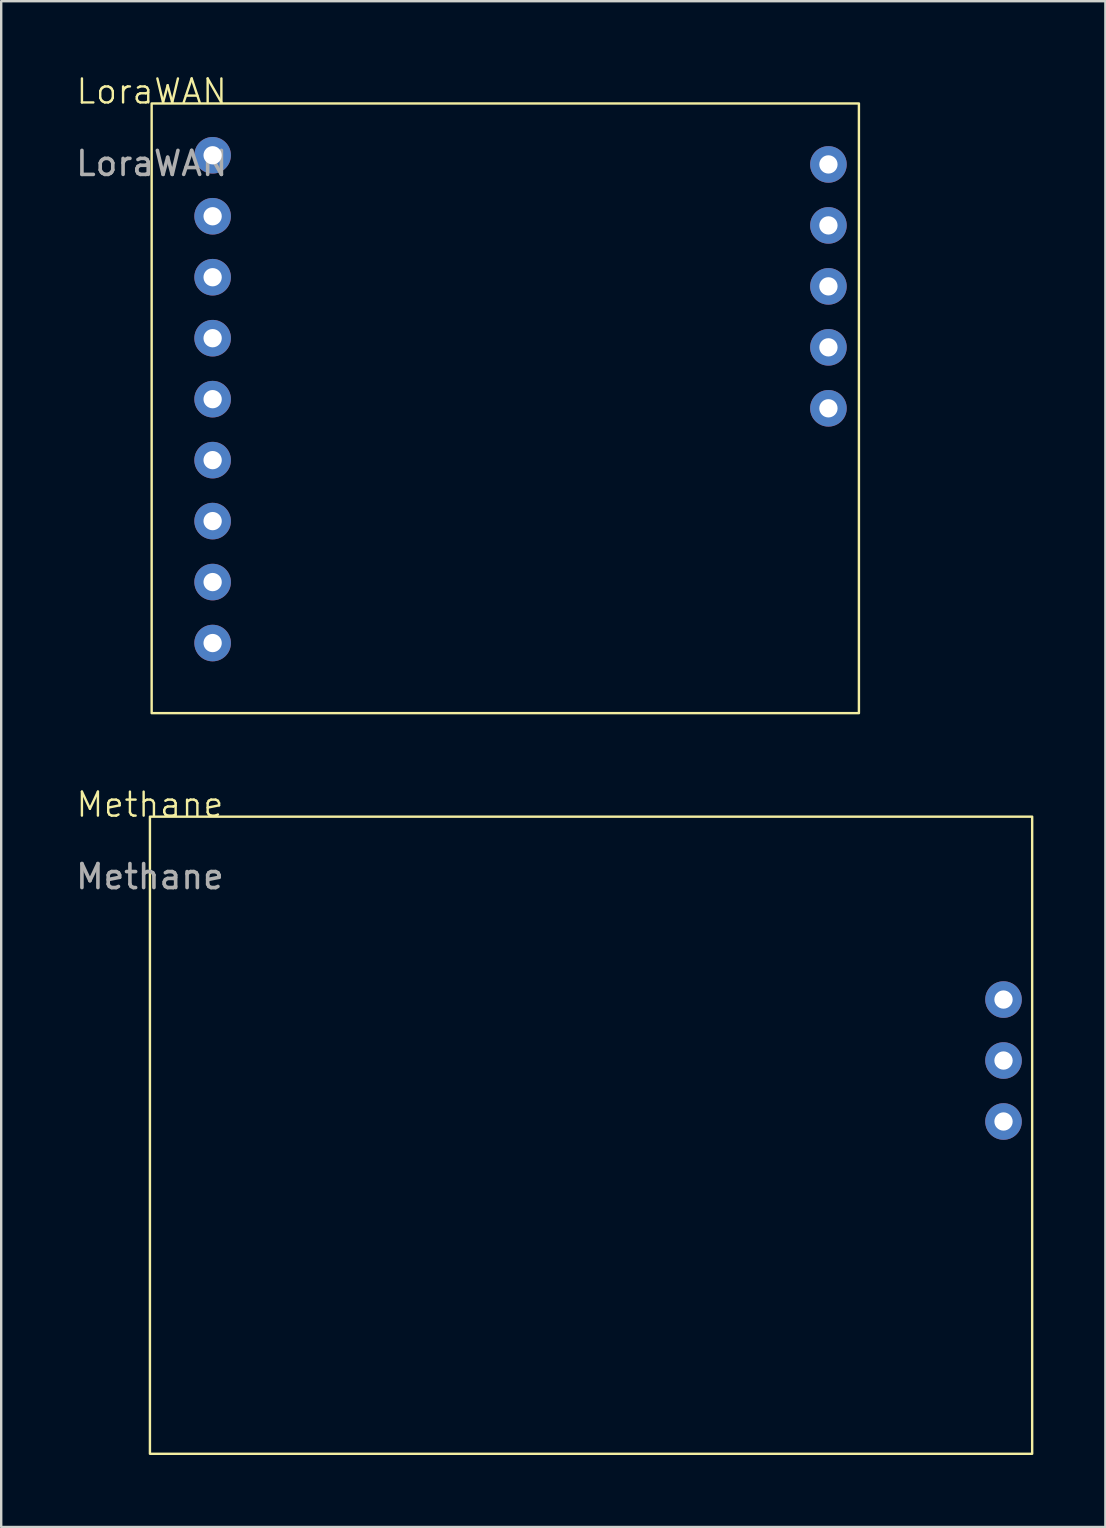
<source format=kicad_pcb>
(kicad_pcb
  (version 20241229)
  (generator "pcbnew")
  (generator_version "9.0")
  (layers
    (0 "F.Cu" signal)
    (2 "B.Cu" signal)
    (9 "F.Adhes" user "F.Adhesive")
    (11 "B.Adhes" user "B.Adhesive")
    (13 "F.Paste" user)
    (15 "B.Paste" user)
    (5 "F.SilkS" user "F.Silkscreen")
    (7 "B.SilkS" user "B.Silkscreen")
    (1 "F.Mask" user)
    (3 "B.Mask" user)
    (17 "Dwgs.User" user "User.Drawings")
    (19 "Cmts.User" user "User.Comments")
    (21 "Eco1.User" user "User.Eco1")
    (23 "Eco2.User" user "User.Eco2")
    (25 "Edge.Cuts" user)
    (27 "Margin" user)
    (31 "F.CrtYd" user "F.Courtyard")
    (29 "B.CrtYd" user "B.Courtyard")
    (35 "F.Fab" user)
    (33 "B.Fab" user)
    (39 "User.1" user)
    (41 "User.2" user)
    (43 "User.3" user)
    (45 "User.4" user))
  (footprint "LoraWAN"
    (layer "F.Cu")
    (at 3.268 1.26)
    (property "Reference" "LoraWAN" (at 0 -0.5 0) (unlocked yes) (layer "F.SilkS") (effects (font (size 1 1) (thickness 0.1))))
    (attr through_hole)
    (fp_rect (start 0 0) (end 29.464 25.4) (stroke (width 0.1) (type default)) (fill no) (layer "F.SilkS"))
    (fp_text user "${REFERENCE}" (at 0 2.5 0) (unlocked yes) (layer "F.Fab") (effects (font (size 1 1) (thickness 0.15))))
    (pad "1" thru_hole circle (at 2.54 2.159 270) (size 1.524 1.524) (drill 0.762) (layers "*.Cu" "*.Mask"))
    (pad "2" thru_hole circle (at 2.54 4.699 270) (size 1.524 1.524) (drill 0.762) (layers "*.Cu" "*.Mask"))
    (pad "3" thru_hole circle (at 2.54 7.239 270) (size 1.524 1.524) (drill 0.762) (layers "*.Cu" "*.Mask"))
    (pad "4" thru_hole circle (at 2.54 9.779 270) (size 1.524 1.524) (drill 0.762) (layers "*.Cu" "*.Mask"))
    (pad "5" thru_hole circle (at 2.54 12.319 270) (size 1.524 1.524) (drill 0.762) (layers "*.Cu" "*.Mask"))
    (pad "6" thru_hole circle (at 2.54 14.859 270) (size 1.524 1.524) (drill 0.762) (layers "*.Cu" "*.Mask"))
    (pad "7" thru_hole circle (at 2.54 17.399 270) (size 1.524 1.524) (drill 0.762) (layers "*.Cu" "*.Mask"))
    (pad "8" thru_hole circle (at 2.54 19.939 270) (size 1.524 1.524) (drill 0.762) (layers "*.Cu" "*.Mask"))
    (pad "9" thru_hole circle (at 2.54 22.479 270) (size 1.524 1.524) (drill 0.762) (layers "*.Cu" "*.Mask"))
    (pad "10" thru_hole circle (at 28.194 12.7 90) (size 1.524 1.524) (drill 0.762) (layers "*.Cu" "*.Mask"))
    (pad "11" thru_hole circle (at 28.194 10.16 90) (size 1.524 1.524) (drill 0.762) (layers "*.Cu" "*.Mask"))
    (pad "12" thru_hole circle (at 28.194 7.62 90) (size 1.524 1.524) (drill 0.762) (layers "*.Cu" "*.Mask"))
    (pad "13" thru_hole circle (at 28.194 5.08 90) (size 1.524 1.524) (drill 0.762) (layers "*.Cu" "*.Mask"))
    (pad "14" thru_hole circle (at 28.194 2.54 90) (size 1.524 1.524) (drill 0.762) (layers "*.Cu" "*.Mask")))
  (footprint "Methane"
    (layer "F.Cu")
    (at 3.196 30.971)
    (property "Reference" "Methane" (at 0 -0.5 0) (unlocked yes) (layer "F.SilkS") (effects (font (size 1 1) (thickness 0.1))))
    (attr through_hole)
    (fp_rect (start 0 0) (end 36.754 26.543) (stroke (width 0.1) (type default)) (fill no) (layer "F.SilkS"))
    (fp_text user "${REFERENCE}" (at 0 2.5 0) (unlocked yes) (layer "F.Fab") (effects (font (size 1 1) (thickness 0.15))))
    (pad "1" thru_hole circle (at 35.56 7.62) (size 1.524 1.524) (drill 0.762) (layers "*.Cu" "*.Mask"))
    (pad "2" thru_hole circle (at 35.56 10.16) (size 1.524 1.524) (drill 0.762) (layers "*.Cu" "*.Mask"))
    (pad "3" thru_hole circle (at 35.56 12.7) (size 1.524 1.524) (drill 0.762) (layers "*.Cu" "*.Mask")))
  (gr_rect
    (start -3 -3)
    (end 43 60.564)
    (stroke (width 0.1) (type default))
    (fill no)
    (layer "Edge.Cuts")))
</source>
